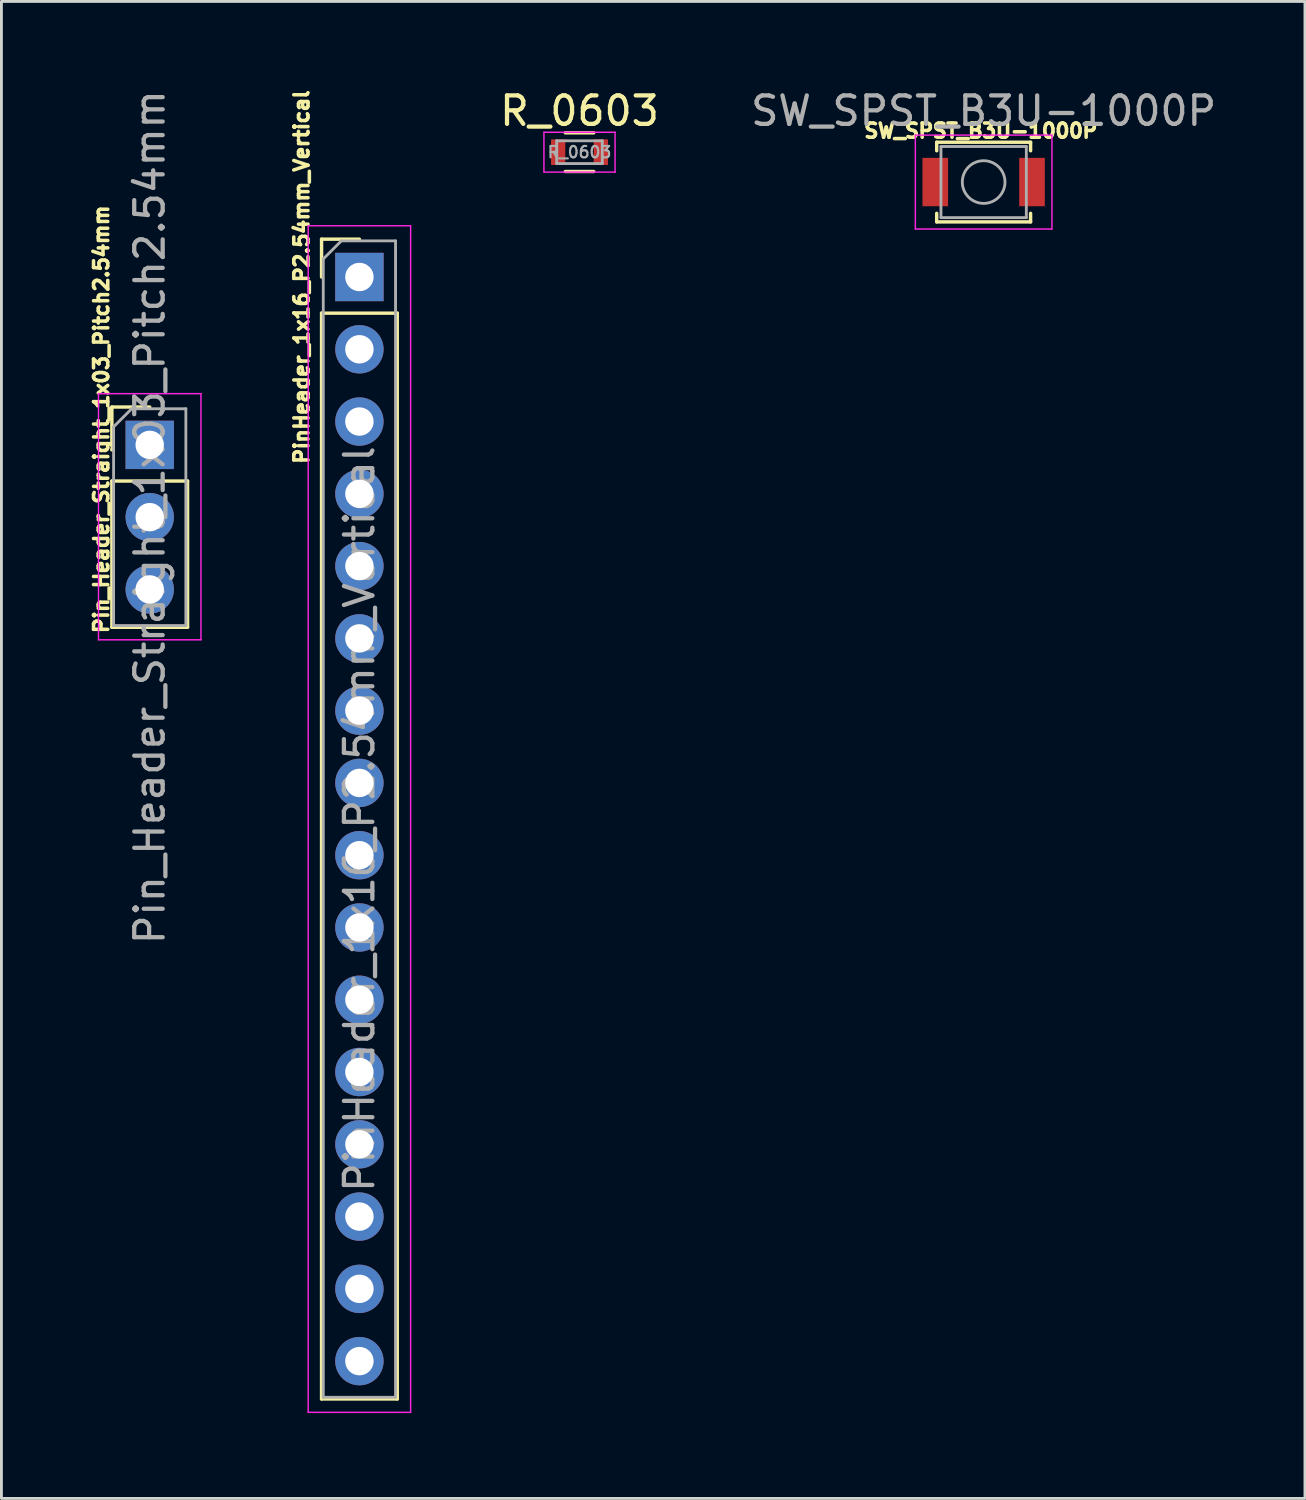
<source format=kicad_pcb>
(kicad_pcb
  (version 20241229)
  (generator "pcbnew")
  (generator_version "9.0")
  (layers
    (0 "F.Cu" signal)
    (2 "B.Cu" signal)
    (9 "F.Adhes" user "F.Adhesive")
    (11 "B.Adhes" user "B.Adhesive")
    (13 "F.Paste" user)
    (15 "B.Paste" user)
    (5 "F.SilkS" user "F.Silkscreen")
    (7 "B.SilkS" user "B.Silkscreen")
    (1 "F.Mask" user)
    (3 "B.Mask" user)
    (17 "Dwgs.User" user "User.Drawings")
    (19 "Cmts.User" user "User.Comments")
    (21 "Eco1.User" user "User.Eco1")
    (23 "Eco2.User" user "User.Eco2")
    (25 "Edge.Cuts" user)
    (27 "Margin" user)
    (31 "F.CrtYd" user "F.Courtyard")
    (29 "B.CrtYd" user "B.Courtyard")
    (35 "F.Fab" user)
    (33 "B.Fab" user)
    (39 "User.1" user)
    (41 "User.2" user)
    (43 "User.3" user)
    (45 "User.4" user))
  (footprint "Pin_Header_Straight_1x03_Pitch2.54mm"
    (layer "F.Cu")
    (at 2.212 12.585)
    (property "Reference" "Pin_Header_Straight_1x03_Pitch2.54mm" (at -1.7 -0.9 270) (layer "F.SilkS") (effects (font (size 0.5 0.5) (thickness 0.125))))
    (attr through_hole)
    (fp_line (start -1.33 -1.33) (end 0 -1.33) (stroke (width 0.12) (type solid)) (layer "F.SilkS"))
    (fp_line (start -1.33 0) (end -1.33 -1.33) (stroke (width 0.12) (type solid)) (layer "F.SilkS"))
    (fp_line (start -1.33 1.27) (end -1.33 6.41) (stroke (width 0.12) (type solid)) (layer "F.SilkS"))
    (fp_line (start -1.33 1.27) (end 1.33 1.27) (stroke (width 0.12) (type solid)) (layer "F.SilkS"))
    (fp_line (start -1.33 6.41) (end 1.33 6.41) (stroke (width 0.12) (type solid)) (layer "F.SilkS"))
    (fp_line (start 1.33 1.27) (end 1.33 6.41) (stroke (width 0.12) (type solid)) (layer "F.SilkS"))
    (fp_line (start -1.8 -1.8) (end -1.8 6.85) (stroke (width 0.05) (type solid)) (layer "F.CrtYd"))
    (fp_line (start -1.8 6.85) (end 1.8 6.85) (stroke (width 0.05) (type solid)) (layer "F.CrtYd"))
    (fp_line (start 1.8 -1.8) (end -1.8 -1.8) (stroke (width 0.05) (type solid)) (layer "F.CrtYd"))
    (fp_line (start 1.8 6.85) (end 1.8 -1.8) (stroke (width 0.05) (type solid)) (layer "F.CrtYd"))
    (fp_line (start -1.27 -0.635) (end -0.635 -1.27) (stroke (width 0.1) (type solid)) (layer "F.Fab"))
    (fp_line (start -1.27 6.35) (end -1.27 -0.635) (stroke (width 0.1) (type solid)) (layer "F.Fab"))
    (fp_line (start -0.635 -1.27) (end 1.27 -1.27) (stroke (width 0.1) (type solid)) (layer "F.Fab"))
    (fp_line (start 1.27 -1.27) (end 1.27 6.35) (stroke (width 0.1) (type solid)) (layer "F.Fab"))
    (fp_line (start 1.27 6.35) (end -1.27 6.35) (stroke (width 0.1) (type solid)) (layer "F.Fab"))
    (fp_text user "${REFERENCE}" (at 0 2.54 90) (layer "F.Fab") (effects (font (size 1 1) (thickness 0.15))))
    (pad "1" thru_hole rect (at 0 0) (size 1.7 1.7) (drill 1) (layers "*.Cu" "*.Mask"))
    (pad "2" thru_hole oval (at 0 2.54) (size 1.7 1.7) (drill 1) (layers "*.Cu" "*.Mask"))
    (pad "3" thru_hole oval (at 0 5.08) (size 1.7 1.7) (drill 1) (layers "*.Cu" "*.Mask")))
  (footprint "SW_SPST_B3U-1000P"
    (layer "F.Cu")
    (at 31.519 3.348)
    (property "Reference" "SW_SPST_B3U-1000P" (at -0.1 -1.8 180) (layer "F.SilkS") (effects (font (size 0.5 0.5) (thickness 0.125))))
    (attr smd)
    (fp_line (start -1.65 -1.4) (end 1.65 -1.4) (stroke (width 0.12) (type solid)) (layer "F.SilkS"))
    (fp_line (start -1.65 -1.1) (end -1.65 -1.4) (stroke (width 0.12) (type solid)) (layer "F.SilkS"))
    (fp_line (start -1.65 1.1) (end -1.65 1.4) (stroke (width 0.12) (type solid)) (layer "F.SilkS"))
    (fp_line (start -1.65 1.4) (end 1.65 1.4) (stroke (width 0.12) (type solid)) (layer "F.SilkS"))
    (fp_line (start 1.65 -1.4) (end 1.65 -1.1) (stroke (width 0.12) (type solid)) (layer "F.SilkS"))
    (fp_line (start 1.65 1.4) (end 1.65 1.1) (stroke (width 0.12) (type solid)) (layer "F.SilkS"))
    (fp_line (start -2.4 -1.65) (end -2.4 1.65) (stroke (width 0.05) (type solid)) (layer "F.CrtYd"))
    (fp_line (start -2.4 1.65) (end 2.4 1.65) (stroke (width 0.05) (type solid)) (layer "F.CrtYd"))
    (fp_line (start 2.4 -1.65) (end -2.4 -1.65) (stroke (width 0.05) (type solid)) (layer "F.CrtYd"))
    (fp_line (start 2.4 1.65) (end 2.4 -1.65) (stroke (width 0.05) (type solid)) (layer "F.CrtYd"))
    (fp_line (start -1.5 -1.25) (end 1.5 -1.25) (stroke (width 0.1) (type solid)) (layer "F.Fab"))
    (fp_line (start -1.5 1.25) (end -1.5 -1.25) (stroke (width 0.1) (type solid)) (layer "F.Fab"))
    (fp_line (start 1.5 -1.25) (end 1.5 1.25) (stroke (width 0.1) (type solid)) (layer "F.Fab"))
    (fp_line (start 1.5 1.25) (end -1.5 1.25) (stroke (width 0.1) (type solid)) (layer "F.Fab"))
    (fp_circle (center 0 0) (end 0.75 0) (stroke (width 0.1) (type solid)) (fill no) (layer "F.Fab"))
    (fp_text user "${REFERENCE}" (at 0 -2.5 0) (layer "F.Fab") (effects (font (size 1 1) (thickness 0.15))))
    (pad "1" smd rect (at -1.7 0) (size 0.9 1.7) (layers "F.Cu" "F.Mask" "F.Paste"))
    (pad "2" smd rect (at 1.7 0) (size 0.9 1.7) (layers "F.Cu" "F.Mask" "F.Paste")))
  (footprint "PinHeader_1x16_P2.54mm_Vertical"
    (layer "F.Cu")
    (at 9.581 6.685)
    (property "Reference" "PinHeader_1x16_P2.54mm_Vertical" (at -2.032 0 270) (layer "F.SilkS") (effects (font (size 0.5 0.5) (thickness 0.125))))
    (attr through_hole)
    (fp_line (start -1.33 -1.33) (end 0 -1.33) (stroke (width 0.12) (type solid)) (layer "F.SilkS"))
    (fp_line (start -1.33 0) (end -1.33 -1.33) (stroke (width 0.12) (type solid)) (layer "F.SilkS"))
    (fp_line (start -1.33 1.27) (end -1.33 39.43) (stroke (width 0.12) (type solid)) (layer "F.SilkS"))
    (fp_line (start -1.33 1.27) (end 1.33 1.27) (stroke (width 0.12) (type solid)) (layer "F.SilkS"))
    (fp_line (start -1.33 39.43) (end 1.33 39.43) (stroke (width 0.12) (type solid)) (layer "F.SilkS"))
    (fp_line (start 1.33 1.27) (end 1.33 39.43) (stroke (width 0.12) (type solid)) (layer "F.SilkS"))
    (fp_line (start -1.8 -1.8) (end -1.8 39.9) (stroke (width 0.05) (type solid)) (layer "F.CrtYd"))
    (fp_line (start -1.8 39.9) (end 1.8 39.9) (stroke (width 0.05) (type solid)) (layer "F.CrtYd"))
    (fp_line (start 1.8 -1.8) (end -1.8 -1.8) (stroke (width 0.05) (type solid)) (layer "F.CrtYd"))
    (fp_line (start 1.8 39.9) (end 1.8 -1.8) (stroke (width 0.05) (type solid)) (layer "F.CrtYd"))
    (fp_line (start -1.27 -0.635) (end -0.635 -1.27) (stroke (width 0.1) (type solid)) (layer "F.Fab"))
    (fp_line (start -1.27 39.37) (end -1.27 -0.635) (stroke (width 0.1) (type solid)) (layer "F.Fab"))
    (fp_line (start -0.635 -1.27) (end 1.27 -1.27) (stroke (width 0.1) (type solid)) (layer "F.Fab"))
    (fp_line (start 1.27 -1.27) (end 1.27 39.37) (stroke (width 0.1) (type solid)) (layer "F.Fab"))
    (fp_line (start 1.27 39.37) (end -1.27 39.37) (stroke (width 0.1) (type solid)) (layer "F.Fab"))
    (fp_text user "${REFERENCE}" (at 0 19.05 90) (layer "F.Fab") (effects (font (size 1 1) (thickness 0.15))))
    (pad "1" thru_hole rect (at 0 0) (size 1.7 1.7) (drill 1) (layers "*.Cu" "*.Mask"))
    (pad "2" thru_hole oval (at 0 2.54) (size 1.7 1.7) (drill 1) (layers "*.Cu" "*.Mask"))
    (pad "3" thru_hole oval (at 0 5.08) (size 1.7 1.7) (drill 1) (layers "*.Cu" "*.Mask"))
    (pad "4" thru_hole oval (at 0 7.62) (size 1.7 1.7) (drill 1) (layers "*.Cu" "*.Mask"))
    (pad "5" thru_hole oval (at 0 10.16) (size 1.7 1.7) (drill 1) (layers "*.Cu" "*.Mask"))
    (pad "6" thru_hole oval (at 0 12.7) (size 1.7 1.7) (drill 1) (layers "*.Cu" "*.Mask"))
    (pad "7" thru_hole oval (at 0 15.24) (size 1.7 1.7) (drill 1) (layers "*.Cu" "*.Mask"))
    (pad "8" thru_hole oval (at 0 17.78) (size 1.7 1.7) (drill 1) (layers "*.Cu" "*.Mask"))
    (pad "9" thru_hole oval (at 0 20.32) (size 1.7 1.7) (drill 1) (layers "*.Cu" "*.Mask"))
    (pad "10" thru_hole oval (at 0 22.86) (size 1.7 1.7) (drill 1) (layers "*.Cu" "*.Mask"))
    (pad "11" thru_hole oval (at 0 25.4) (size 1.7 1.7) (drill 1) (layers "*.Cu" "*.Mask"))
    (pad "12" thru_hole oval (at 0 27.94) (size 1.7 1.7) (drill 1) (layers "*.Cu" "*.Mask"))
    (pad "13" thru_hole oval (at 0 30.48) (size 1.7 1.7) (drill 1) (layers "*.Cu" "*.Mask"))
    (pad "14" thru_hole oval (at 0 33.02) (size 1.7 1.7) (drill 1) (layers "*.Cu" "*.Mask"))
    (pad "15" thru_hole oval (at 0 35.56) (size 1.7 1.7) (drill 1) (layers "*.Cu" "*.Mask"))
    (pad "16" thru_hole oval (at 0 38.1) (size 1.7 1.7) (drill 1) (layers "*.Cu" "*.Mask")))
  (footprint "R_0603"
    (layer "F.Cu")
    (at 17.316 2.298)
    (property "Reference" "R_0603" (at 0 -1.45 0) (layer "F.SilkS") (effects (font (size 1 1) (thickness 0.15))))
    (attr smd)
    (fp_line (start -0.5 -0.68) (end 0.5 -0.68) (stroke (width 0.12) (type solid)) (layer "F.SilkS"))
    (fp_line (start 0.5 0.68) (end -0.5 0.68) (stroke (width 0.12) (type solid)) (layer "F.SilkS"))
    (fp_line (start -1.25 -0.7) (end -1.25 0.7) (stroke (width 0.05) (type solid)) (layer "F.CrtYd"))
    (fp_line (start -1.25 -0.7) (end 1.25 -0.7) (stroke (width 0.05) (type solid)) (layer "F.CrtYd"))
    (fp_line (start 1.25 0.7) (end -1.25 0.7) (stroke (width 0.05) (type solid)) (layer "F.CrtYd"))
    (fp_line (start 1.25 0.7) (end 1.25 -0.7) (stroke (width 0.05) (type solid)) (layer "F.CrtYd"))
    (fp_line (start -0.8 -0.4) (end 0.8 -0.4) (stroke (width 0.1) (type solid)) (layer "F.Fab"))
    (fp_line (start -0.8 0.4) (end -0.8 -0.4) (stroke (width 0.1) (type solid)) (layer "F.Fab"))
    (fp_line (start 0.8 -0.4) (end 0.8 0.4) (stroke (width 0.1) (type solid)) (layer "F.Fab"))
    (fp_line (start 0.8 0.4) (end -0.8 0.4) (stroke (width 0.1) (type solid)) (layer "F.Fab"))
    (fp_text user "${REFERENCE}" (at 0 0 0) (layer "F.Fab") (effects (font (size 0.4 0.4) (thickness 0.075))))
    (pad "1" smd rect (at -0.75 0) (size 0.5 0.9) (layers "F.Cu" "F.Mask" "F.Paste"))
    (pad "2" smd rect (at 0.75 0) (size 0.5 0.9) (layers "F.Cu" "F.Mask" "F.Paste")))
  (gr_rect
    (start -3 -3)
    (end 42.811 49.61)
    (stroke (width 0.1) (type default))
    (fill no)
    (layer "Edge.Cuts")))
</source>
